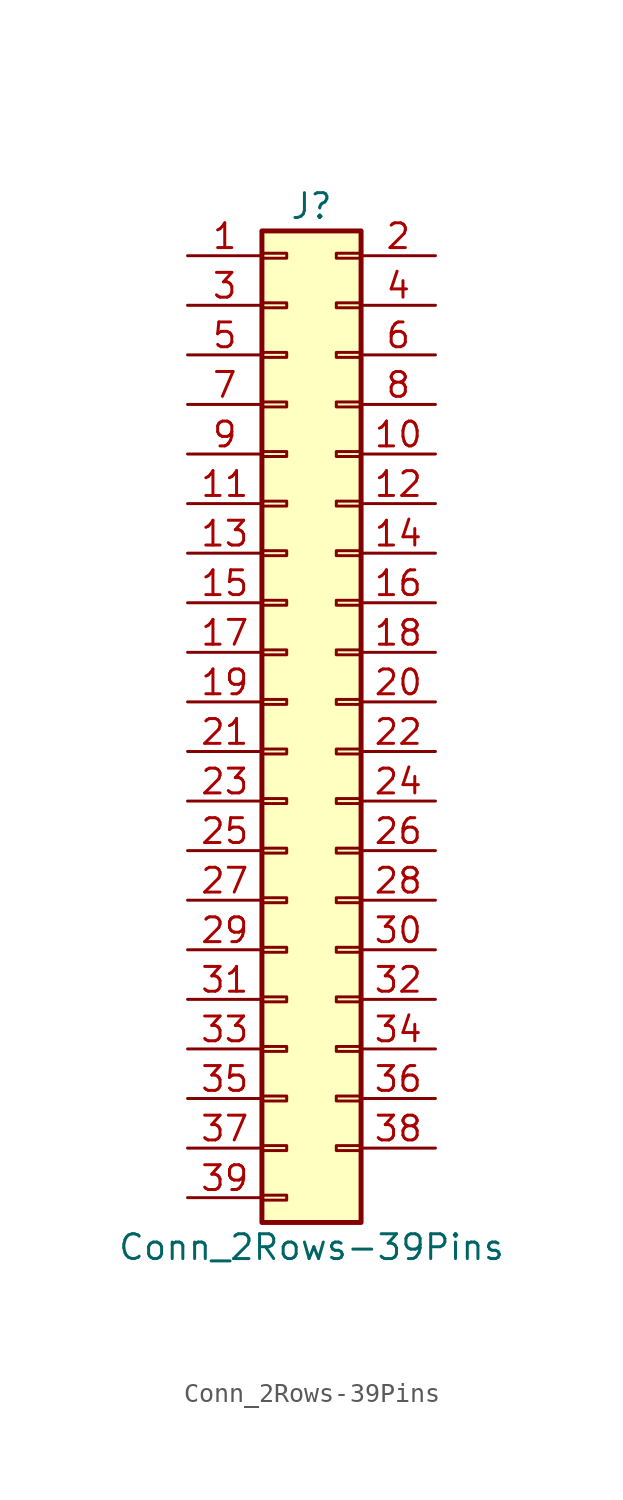
<source format=kicad_sym>
(kicad_symbol_lib
  (version 20211014)
  (generator kicad_symbol_editor)
  (symbol "Conn_2Rows-39Pins"
    (pin_names
      (offset 1.016) hide)
    (property "Reference" "J"
      (at 1.27 25.4 0)
      (effects (font (size 1.27 1.27))))
    (property "Value" "Conn_2Rows-39Pins"
      (at 1.27 -27.94 0)
      (effects (font (size 1.27 1.27))))
    (symbol "Conn_2Rows-39Pins_1_1"
      (rectangle (start -1.27 -25.273) (end 0 -25.527) (stroke (width 0.152) (type default) (color 0 0 0 0)) (fill (type none)))
      (rectangle (start -1.27 -22.733) (end 0 -22.987) (stroke (width 0.152) (type default) (color 0 0 0 0)) (fill (type none)))
      (rectangle (start -1.27 -20.193) (end 0 -20.447) (stroke (width 0.152) (type default) (color 0 0 0 0)) (fill (type none)))
      (rectangle (start -1.27 -17.653) (end 0 -17.907) (stroke (width 0.152) (type default) (color 0 0 0 0)) (fill (type none)))
      (rectangle (start -1.27 -15.113) (end 0 -15.367) (stroke (width 0.152) (type default) (color 0 0 0 0)) (fill (type none)))
      (rectangle (start -1.27 -12.573) (end 0 -12.827) (stroke (width 0.152) (type default) (color 0 0 0 0)) (fill (type none)))
      (rectangle (start -1.27 -10.033) (end 0 -10.287) (stroke (width 0.152) (type default) (color 0 0 0 0)) (fill (type none)))
      (rectangle (start -1.27 -7.493) (end 0 -7.747) (stroke (width 0.152) (type default) (color 0 0 0 0)) (fill (type none)))
      (rectangle (start -1.27 -4.953) (end 0 -5.207) (stroke (width 0.152) (type default) (color 0 0 0 0)) (fill (type none)))
      (rectangle (start -1.27 -2.413) (end 0 -2.667) (stroke (width 0.152) (type default) (color 0 0 0 0)) (fill (type none)))
      (rectangle (start -1.27 0.127) (end 0 -0.127) (stroke (width 0.152) (type default) (color 0 0 0 0)) (fill (type none)))
      (rectangle (start -1.27 2.667) (end 0 2.413) (stroke (width 0.152) (type default) (color 0 0 0 0)) (fill (type none)))
      (rectangle (start -1.27 5.207) (end 0 4.953) (stroke (width 0.152) (type default) (color 0 0 0 0)) (fill (type none)))
      (rectangle (start -1.27 7.747) (end 0 7.493) (stroke (width 0.152) (type default) (color 0 0 0 0)) (fill (type none)))
      (rectangle (start -1.27 10.287) (end 0 10.033) (stroke (width 0.152) (type default) (color 0 0 0 0)) (fill (type none)))
      (rectangle (start -1.27 12.827) (end 0 12.573) (stroke (width 0.152) (type default) (color 0 0 0 0)) (fill (type none)))
      (rectangle (start -1.27 15.367) (end 0 15.113) (stroke (width 0.152) (type default) (color 0 0 0 0)) (fill (type none)))
      (rectangle (start -1.27 17.907) (end 0 17.653) (stroke (width 0.152) (type default) (color 0 0 0 0)) (fill (type none)))
      (rectangle (start -1.27 20.447) (end 0 20.193) (stroke (width 0.152) (type default) (color 0 0 0 0)) (fill (type none)))
      (rectangle (start -1.27 22.987) (end 0 22.733) (stroke (width 0.152) (type default) (color 0 0 0 0)) (fill (type none)))
      (rectangle (start -1.27 24.13) (end 3.81 -26.67) (stroke (width 0.254) (type default) (color 0 0 0 0)) (fill (type background)))
      (rectangle (start 3.81 -22.733) (end 2.54 -22.987) (stroke (width 0.152) (type default) (color 0 0 0 0)) (fill (type none)))
      (rectangle (start 3.81 -20.193) (end 2.54 -20.447) (stroke (width 0.152) (type default) (color 0 0 0 0)) (fill (type none)))
      (rectangle (start 3.81 -17.653) (end 2.54 -17.907) (stroke (width 0.152) (type default) (color 0 0 0 0)) (fill (type none)))
      (rectangle (start 3.81 -15.113) (end 2.54 -15.367) (stroke (width 0.152) (type default) (color 0 0 0 0)) (fill (type none)))
      (rectangle (start 3.81 -12.573) (end 2.54 -12.827) (stroke (width 0.152) (type default) (color 0 0 0 0)) (fill (type none)))
      (rectangle (start 3.81 -10.033) (end 2.54 -10.287) (stroke (width 0.152) (type default) (color 0 0 0 0)) (fill (type none)))
      (rectangle (start 3.81 -7.493) (end 2.54 -7.747) (stroke (width 0.152) (type default) (color 0 0 0 0)) (fill (type none)))
      (rectangle (start 3.81 -4.953) (end 2.54 -5.207) (stroke (width 0.152) (type default) (color 0 0 0 0)) (fill (type none)))
      (rectangle (start 3.81 -2.413) (end 2.54 -2.667) (stroke (width 0.152) (type default) (color 0 0 0 0)) (fill (type none)))
      (rectangle (start 3.81 0.127) (end 2.54 -0.127) (stroke (width 0.152) (type default) (color 0 0 0 0)) (fill (type none)))
      (rectangle (start 3.81 2.667) (end 2.54 2.413) (stroke (width 0.152) (type default) (color 0 0 0 0)) (fill (type none)))
      (rectangle (start 3.81 5.207) (end 2.54 4.953) (stroke (width 0.152) (type default) (color 0 0 0 0)) (fill (type none)))
      (rectangle (start 3.81 7.747) (end 2.54 7.493) (stroke (width 0.152) (type default) (color 0 0 0 0)) (fill (type none)))
      (rectangle (start 3.81 10.287) (end 2.54 10.033) (stroke (width 0.152) (type default) (color 0 0 0 0)) (fill (type none)))
      (rectangle (start 3.81 12.827) (end 2.54 12.573) (stroke (width 0.152) (type default) (color 0 0 0 0)) (fill (type none)))
      (rectangle (start 3.81 15.367) (end 2.54 15.113) (stroke (width 0.152) (type default) (color 0 0 0 0)) (fill (type none)))
      (rectangle (start 3.81 17.907) (end 2.54 17.653) (stroke (width 0.152) (type default) (color 0 0 0 0)) (fill (type none)))
      (rectangle (start 3.81 20.447) (end 2.54 20.193) (stroke (width 0.152) (type default) (color 0 0 0 0)) (fill (type none)))
      (rectangle (start 3.81 22.987) (end 2.54 22.733) (stroke (width 0.152) (type default) (color 0 0 0 0)) (fill (type none)))
      (pin passive line (at -5.08 22.86 0) (length 3.81) (name "Pin_1" (effects (font (size 1.27 1.27)))) (number "1" (effects (font (size 1.27 1.27)))))
      (pin passive line (at 7.62 12.7 180) (length 3.81) (name "Pin_10" (effects (font (size 1.27 1.27)))) (number "10" (effects (font (size 1.27 1.27)))))
      (pin passive line (at -5.08 10.16 0) (length 3.81) (name "Pin_11" (effects (font (size 1.27 1.27)))) (number "11" (effects (font (size 1.27 1.27)))))
      (pin passive line (at 7.62 10.16 180) (length 3.81) (name "Pin_12" (effects (font (size 1.27 1.27)))) (number "12" (effects (font (size 1.27 1.27)))))
      (pin passive line (at -5.08 7.62 0) (length 3.81) (name "Pin_13" (effects (font (size 1.27 1.27)))) (number "13" (effects (font (size 1.27 1.27)))))
      (pin passive line (at 7.62 7.62 180) (length 3.81) (name "Pin_14" (effects (font (size 1.27 1.27)))) (number "14" (effects (font (size 1.27 1.27)))))
      (pin passive line (at -5.08 5.08 0) (length 3.81) (name "Pin_15" (effects (font (size 1.27 1.27)))) (number "15" (effects (font (size 1.27 1.27)))))
      (pin passive line (at 7.62 5.08 180) (length 3.81) (name "Pin_16" (effects (font (size 1.27 1.27)))) (number "16" (effects (font (size 1.27 1.27)))))
      (pin passive line (at -5.08 2.54 0) (length 3.81) (name "Pin_17" (effects (font (size 1.27 1.27)))) (number "17" (effects (font (size 1.27 1.27)))))
      (pin passive line (at 7.62 2.54 180) (length 3.81) (name "Pin_18" (effects (font (size 1.27 1.27)))) (number "18" (effects (font (size 1.27 1.27)))))
      (pin passive line (at -5.08 0 0) (length 3.81) (name "Pin_19" (effects (font (size 1.27 1.27)))) (number "19" (effects (font (size 1.27 1.27)))))
      (pin passive line (at 7.62 22.86 180) (length 3.81) (name "Pin_2" (effects (font (size 1.27 1.27)))) (number "2" (effects (font (size 1.27 1.27)))))
      (pin passive line (at 7.62 0 180) (length 3.81) (name "Pin_20" (effects (font (size 1.27 1.27)))) (number "20" (effects (font (size 1.27 1.27)))))
      (pin passive line (at -5.08 -2.54 0) (length 3.81) (name "Pin_21" (effects (font (size 1.27 1.27)))) (number "21" (effects (font (size 1.27 1.27)))))
      (pin passive line (at 7.62 -2.54 180) (length 3.81) (name "Pin_22" (effects (font (size 1.27 1.27)))) (number "22" (effects (font (size 1.27 1.27)))))
      (pin passive line (at -5.08 -5.08 0) (length 3.81) (name "Pin_23" (effects (font (size 1.27 1.27)))) (number "23" (effects (font (size 1.27 1.27)))))
      (pin passive line (at 7.62 -5.08 180) (length 3.81) (name "Pin_24" (effects (font (size 1.27 1.27)))) (number "24" (effects (font (size 1.27 1.27)))))
      (pin passive line (at -5.08 -7.62 0) (length 3.81) (name "Pin_25" (effects (font (size 1.27 1.27)))) (number "25" (effects (font (size 1.27 1.27)))))
      (pin passive line (at 7.62 -7.62 180) (length 3.81) (name "Pin_26" (effects (font (size 1.27 1.27)))) (number "26" (effects (font (size 1.27 1.27)))))
      (pin passive line (at -5.08 -10.16 0) (length 3.81) (name "Pin_27" (effects (font (size 1.27 1.27)))) (number "27" (effects (font (size 1.27 1.27)))))
      (pin passive line (at 7.62 -10.16 180) (length 3.81) (name "Pin_28" (effects (font (size 1.27 1.27)))) (number "28" (effects (font (size 1.27 1.27)))))
      (pin passive line (at -5.08 -12.7 0) (length 3.81) (name "Pin_29" (effects (font (size 1.27 1.27)))) (number "29" (effects (font (size 1.27 1.27)))))
      (pin passive line (at -5.08 20.32 0) (length 3.81) (name "Pin_3" (effects (font (size 1.27 1.27)))) (number "3" (effects (font (size 1.27 1.27)))))
      (pin passive line (at 7.62 -12.7 180) (length 3.81) (name "Pin_30" (effects (font (size 1.27 1.27)))) (number "30" (effects (font (size 1.27 1.27)))))
      (pin passive line (at -5.08 -15.24 0) (length 3.81) (name "Pin_31" (effects (font (size 1.27 1.27)))) (number "31" (effects (font (size 1.27 1.27)))))
      (pin passive line (at 7.62 -15.24 180) (length 3.81) (name "Pin_32" (effects (font (size 1.27 1.27)))) (number "32" (effects (font (size 1.27 1.27)))))
      (pin passive line (at -5.08 -17.78 0) (length 3.81) (name "Pin_33" (effects (font (size 1.27 1.27)))) (number "33" (effects (font (size 1.27 1.27)))))
      (pin passive line (at 7.62 -17.78 180) (length 3.81) (name "Pin_34" (effects (font (size 1.27 1.27)))) (number "34" (effects (font (size 1.27 1.27)))))
      (pin passive line (at -5.08 -20.32 0) (length 3.81) (name "Pin_35" (effects (font (size 1.27 1.27)))) (number "35" (effects (font (size 1.27 1.27)))))
      (pin passive line (at 7.62 -20.32 180) (length 3.81) (name "Pin_36" (effects (font (size 1.27 1.27)))) (number "36" (effects (font (size 1.27 1.27)))))
      (pin passive line (at -5.08 -22.86 0) (length 3.81) (name "Pin_37" (effects (font (size 1.27 1.27)))) (number "37" (effects (font (size 1.27 1.27)))))
      (pin passive line (at 7.62 -22.86 180) (length 3.81) (name "Pin_38" (effects (font (size 1.27 1.27)))) (number "38" (effects (font (size 1.27 1.27)))))
      (pin passive line (at -5.08 -25.4 0) (length 3.81) (name "Pin_39" (effects (font (size 1.27 1.27)))) (number "39" (effects (font (size 1.27 1.27)))))
      (pin passive line (at 7.62 20.32 180) (length 3.81) (name "Pin_4" (effects (font (size 1.27 1.27)))) (number "4" (effects (font (size 1.27 1.27)))))
      (pin passive line (at -5.08 17.78 0) (length 3.81) (name "Pin_5" (effects (font (size 1.27 1.27)))) (number "5" (effects (font (size 1.27 1.27)))))
      (pin passive line (at 7.62 17.78 180) (length 3.81) (name "Pin_6" (effects (font (size 1.27 1.27)))) (number "6" (effects (font (size 1.27 1.27)))))
      (pin passive line (at -5.08 15.24 0) (length 3.81) (name "Pin_7" (effects (font (size 1.27 1.27)))) (number "7" (effects (font (size 1.27 1.27)))))
      (pin passive line (at 7.62 15.24 180) (length 3.81) (name "Pin_8" (effects (font (size 1.27 1.27)))) (number "8" (effects (font (size 1.27 1.27)))))
      (pin passive line (at -5.08 12.7 0) (length 3.81) (name "Pin_9" (effects (font (size 1.27 1.27)))) (number "9" (effects (font (size 1.27 1.27))))))))
</source>
